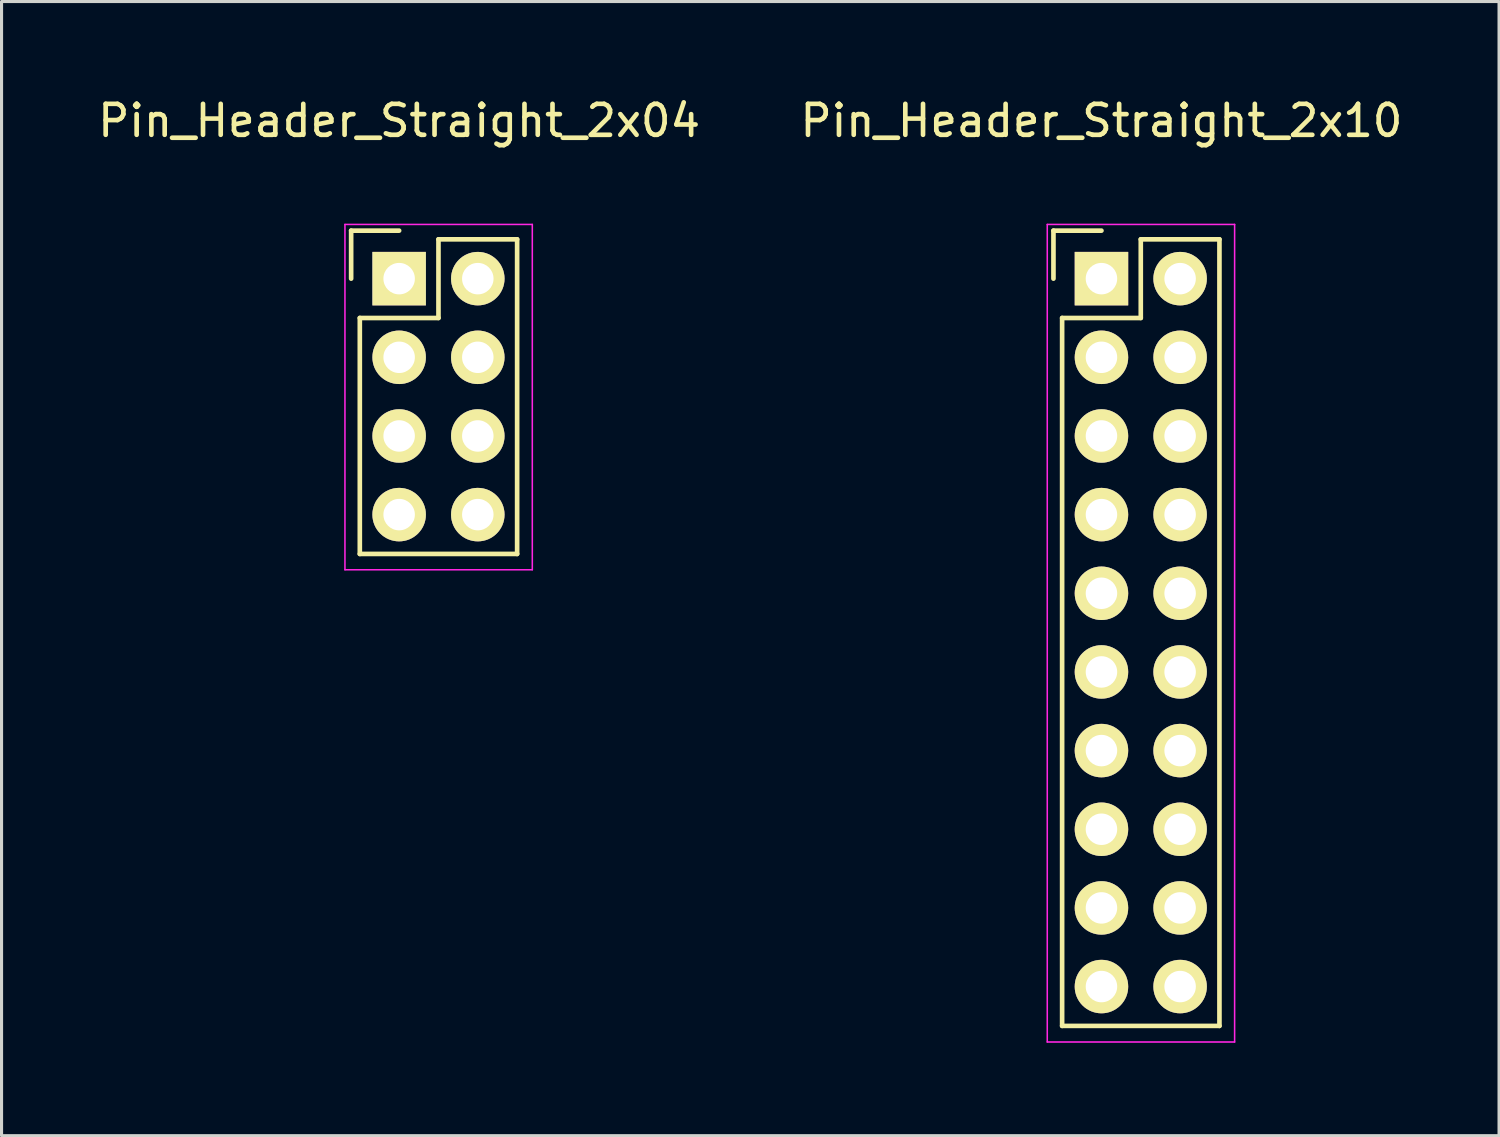
<source format=kicad_pcb>
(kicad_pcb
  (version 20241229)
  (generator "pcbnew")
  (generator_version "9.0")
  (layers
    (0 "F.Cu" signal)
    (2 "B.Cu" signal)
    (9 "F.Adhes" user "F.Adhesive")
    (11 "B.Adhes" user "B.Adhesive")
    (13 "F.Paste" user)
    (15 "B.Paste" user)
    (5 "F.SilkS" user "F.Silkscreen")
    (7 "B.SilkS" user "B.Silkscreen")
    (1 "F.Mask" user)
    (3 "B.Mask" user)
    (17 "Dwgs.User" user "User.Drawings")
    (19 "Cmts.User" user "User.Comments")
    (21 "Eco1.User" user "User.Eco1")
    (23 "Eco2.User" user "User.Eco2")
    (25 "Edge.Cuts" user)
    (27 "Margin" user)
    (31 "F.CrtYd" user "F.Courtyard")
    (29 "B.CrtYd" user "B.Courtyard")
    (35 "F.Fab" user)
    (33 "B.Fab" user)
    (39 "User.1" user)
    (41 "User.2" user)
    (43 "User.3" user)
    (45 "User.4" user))
  (footprint "Pin_Header_Straight_2x04"
    (layer "F.Cu")
    (at 9.839 5.948)
    (property "Reference" "Pin_Header_Straight_2x04" (at 0 -5.1 0) (layer "F.SilkS") (effects (font (size 1 1) (thickness 0.15))))
    (attr through_hole)
    (fp_line (start -1.55 -1.55) (end -1.55 0) (stroke (width 0.15) (type solid)) (layer "F.SilkS"))
    (fp_line (start -1.27 1.27) (end -1.27 8.89) (stroke (width 0.15) (type solid)) (layer "F.SilkS"))
    (fp_line (start -1.27 8.89) (end 3.81 8.89) (stroke (width 0.15) (type solid)) (layer "F.SilkS"))
    (fp_line (start 0 -1.55) (end -1.55 -1.55) (stroke (width 0.15) (type solid)) (layer "F.SilkS"))
    (fp_line (start 1.27 -1.27) (end 1.27 1.27) (stroke (width 0.15) (type solid)) (layer "F.SilkS"))
    (fp_line (start 1.27 1.27) (end -1.27 1.27) (stroke (width 0.15) (type solid)) (layer "F.SilkS"))
    (fp_line (start 3.81 -1.27) (end 1.27 -1.27) (stroke (width 0.15) (type solid)) (layer "F.SilkS"))
    (fp_line (start 3.81 8.89) (end 3.81 -1.27) (stroke (width 0.15) (type solid)) (layer "F.SilkS"))
    (fp_line (start -1.75 -1.75) (end -1.75 9.4) (stroke (width 0.05) (type solid)) (layer "F.CrtYd"))
    (fp_line (start -1.75 -1.75) (end 4.3 -1.75) (stroke (width 0.05) (type solid)) (layer "F.CrtYd"))
    (fp_line (start -1.75 9.4) (end 4.3 9.4) (stroke (width 0.05) (type solid)) (layer "F.CrtYd"))
    (fp_line (start 4.3 -1.75) (end 4.3 9.4) (stroke (width 0.05) (type solid)) (layer "F.CrtYd"))
    (pad "1" thru_hole rect (at 0 0) (size 1.727 1.727) (drill 1.016) (layers "*.Cu" "*.Mask" "F.SilkS"))
    (pad "2" thru_hole oval (at 2.54 0) (size 1.727 1.727) (drill 1.016) (layers "*.Cu" "*.Mask" "F.SilkS"))
    (pad "3" thru_hole oval (at 0 2.54) (size 1.727 1.727) (drill 1.016) (layers "*.Cu" "*.Mask" "F.SilkS"))
    (pad "4" thru_hole oval (at 2.54 2.54) (size 1.727 1.727) (drill 1.016) (layers "*.Cu" "*.Mask" "F.SilkS"))
    (pad "5" thru_hole oval (at 0 5.08) (size 1.727 1.727) (drill 1.016) (layers "*.Cu" "*.Mask" "F.SilkS"))
    (pad "6" thru_hole oval (at 2.54 5.08) (size 1.727 1.727) (drill 1.016) (layers "*.Cu" "*.Mask" "F.SilkS"))
    (pad "7" thru_hole oval (at 0 7.62) (size 1.727 1.727) (drill 1.016) (layers "*.Cu" "*.Mask" "F.SilkS"))
    (pad "8" thru_hole oval (at 2.54 7.62) (size 1.727 1.727) (drill 1.016) (layers "*.Cu" "*.Mask" "F.SilkS")))
  (footprint "Pin_Header_Straight_2x10"
    (layer "F.Cu")
    (at 32.518 5.948)
    (property "Reference" "Pin_Header_Straight_2x10" (at 0 -5.1 0) (layer "F.SilkS") (effects (font (size 1 1) (thickness 0.15))))
    (attr through_hole)
    (fp_line (start -1.55 -1.55) (end -1.55 0) (stroke (width 0.15) (type solid)) (layer "F.SilkS"))
    (fp_line (start -1.27 1.27) (end -1.27 24.13) (stroke (width 0.15) (type solid)) (layer "F.SilkS"))
    (fp_line (start 0 -1.55) (end -1.55 -1.55) (stroke (width 0.15) (type solid)) (layer "F.SilkS"))
    (fp_line (start 1.27 -1.27) (end 1.27 1.27) (stroke (width 0.15) (type solid)) (layer "F.SilkS"))
    (fp_line (start 1.27 1.27) (end -1.27 1.27) (stroke (width 0.15) (type solid)) (layer "F.SilkS"))
    (fp_line (start 3.81 -1.27) (end 1.27 -1.27) (stroke (width 0.15) (type solid)) (layer "F.SilkS"))
    (fp_line (start 3.81 24.13) (end -1.27 24.13) (stroke (width 0.15) (type solid)) (layer "F.SilkS"))
    (fp_line (start 3.81 24.13) (end 3.81 -1.27) (stroke (width 0.15) (type solid)) (layer "F.SilkS"))
    (fp_line (start -1.75 -1.75) (end -1.75 24.65) (stroke (width 0.05) (type solid)) (layer "F.CrtYd"))
    (fp_line (start -1.75 -1.75) (end 4.3 -1.75) (stroke (width 0.05) (type solid)) (layer "F.CrtYd"))
    (fp_line (start -1.75 24.65) (end 4.3 24.65) (stroke (width 0.05) (type solid)) (layer "F.CrtYd"))
    (fp_line (start 4.3 -1.75) (end 4.3 24.65) (stroke (width 0.05) (type solid)) (layer "F.CrtYd"))
    (pad "1" thru_hole rect (at 0 0) (size 1.727 1.727) (drill 1.016) (layers "*.Cu" "*.Mask" "F.SilkS"))
    (pad "2" thru_hole oval (at 2.54 0) (size 1.727 1.727) (drill 1.016) (layers "*.Cu" "*.Mask" "F.SilkS"))
    (pad "3" thru_hole oval (at 0 2.54) (size 1.727 1.727) (drill 1.016) (layers "*.Cu" "*.Mask" "F.SilkS"))
    (pad "4" thru_hole oval (at 2.54 2.54) (size 1.727 1.727) (drill 1.016) (layers "*.Cu" "*.Mask" "F.SilkS"))
    (pad "5" thru_hole oval (at 0 5.08) (size 1.727 1.727) (drill 1.016) (layers "*.Cu" "*.Mask" "F.SilkS"))
    (pad "6" thru_hole oval (at 2.54 5.08) (size 1.727 1.727) (drill 1.016) (layers "*.Cu" "*.Mask" "F.SilkS"))
    (pad "7" thru_hole oval (at 0 7.62) (size 1.727 1.727) (drill 1.016) (layers "*.Cu" "*.Mask" "F.SilkS"))
    (pad "8" thru_hole oval (at 2.54 7.62) (size 1.727 1.727) (drill 1.016) (layers "*.Cu" "*.Mask" "F.SilkS"))
    (pad "9" thru_hole oval (at 0 10.16) (size 1.727 1.727) (drill 1.016) (layers "*.Cu" "*.Mask" "F.SilkS"))
    (pad "10" thru_hole oval (at 2.54 10.16) (size 1.727 1.727) (drill 1.016) (layers "*.Cu" "*.Mask" "F.SilkS"))
    (pad "11" thru_hole oval (at 0 12.7) (size 1.727 1.727) (drill 1.016) (layers "*.Cu" "*.Mask" "F.SilkS"))
    (pad "12" thru_hole oval (at 2.54 12.7) (size 1.727 1.727) (drill 1.016) (layers "*.Cu" "*.Mask" "F.SilkS"))
    (pad "13" thru_hole oval (at 0 15.24) (size 1.727 1.727) (drill 1.016) (layers "*.Cu" "*.Mask" "F.SilkS"))
    (pad "14" thru_hole oval (at 2.54 15.24) (size 1.727 1.727) (drill 1.016) (layers "*.Cu" "*.Mask" "F.SilkS"))
    (pad "15" thru_hole oval (at 0 17.78) (size 1.727 1.727) (drill 1.016) (layers "*.Cu" "*.Mask" "F.SilkS"))
    (pad "16" thru_hole oval (at 2.54 17.78) (size 1.727 1.727) (drill 1.016) (layers "*.Cu" "*.Mask" "F.SilkS"))
    (pad "17" thru_hole oval (at 0 20.32) (size 1.727 1.727) (drill 1.016) (layers "*.Cu" "*.Mask" "F.SilkS"))
    (pad "18" thru_hole oval (at 2.54 20.32) (size 1.727 1.727) (drill 1.016) (layers "*.Cu" "*.Mask" "F.SilkS"))
    (pad "19" thru_hole oval (at 0 22.86) (size 1.727 1.727) (drill 1.016) (layers "*.Cu" "*.Mask" "F.SilkS"))
    (pad "20" thru_hole oval (at 2.54 22.86) (size 1.727 1.727) (drill 1.016) (layers "*.Cu" "*.Mask" "F.SilkS")))
  (gr_rect
    (start -3 -3)
    (end 45.357 33.623)
    (stroke (width 0.1) (type default))
    (fill no)
    (layer "Edge.Cuts")))
</source>
